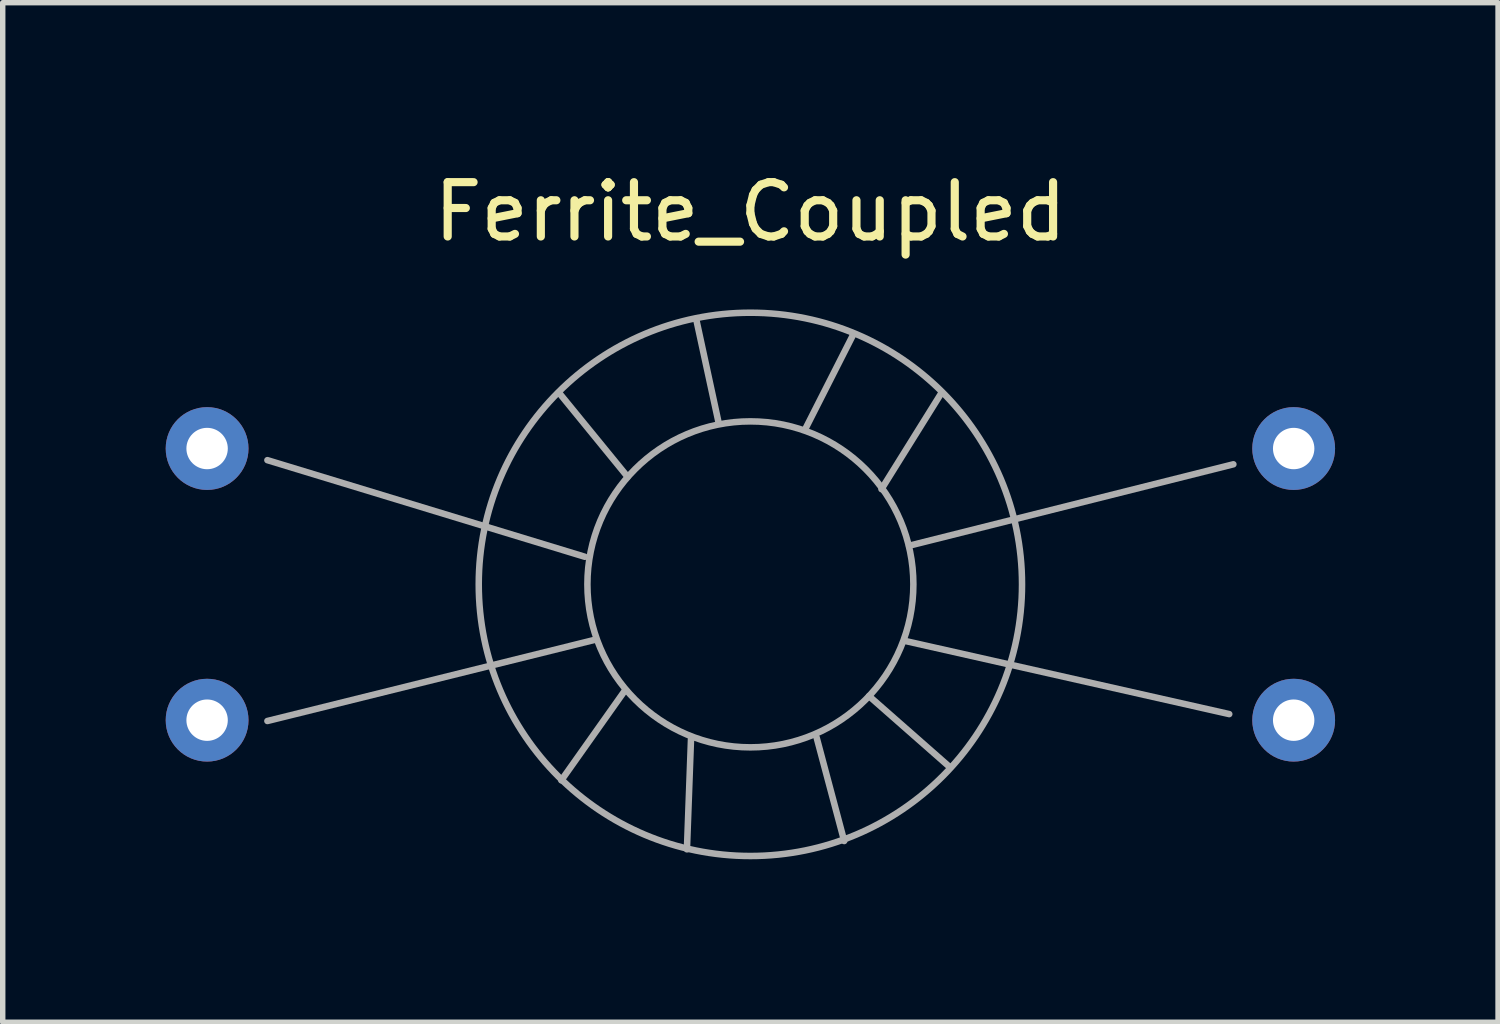
<source format=kicad_pcb>
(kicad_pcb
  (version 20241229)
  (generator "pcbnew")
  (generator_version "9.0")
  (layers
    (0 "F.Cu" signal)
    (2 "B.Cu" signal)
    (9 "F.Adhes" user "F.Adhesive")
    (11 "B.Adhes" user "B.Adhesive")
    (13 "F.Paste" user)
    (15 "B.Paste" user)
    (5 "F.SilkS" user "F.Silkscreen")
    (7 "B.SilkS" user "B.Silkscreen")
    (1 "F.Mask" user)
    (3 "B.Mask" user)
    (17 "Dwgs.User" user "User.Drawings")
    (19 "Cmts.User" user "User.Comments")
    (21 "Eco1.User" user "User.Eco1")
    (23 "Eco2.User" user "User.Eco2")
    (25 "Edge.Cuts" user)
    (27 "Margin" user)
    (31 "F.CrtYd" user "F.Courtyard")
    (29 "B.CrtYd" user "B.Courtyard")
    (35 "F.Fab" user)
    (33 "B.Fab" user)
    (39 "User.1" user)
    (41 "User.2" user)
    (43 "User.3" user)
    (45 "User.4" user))
  (footprint "Ferrite_Coupled"
    (layer "F.Cu")
    (at 10.762 7.706)
    (property "Reference" "Ferrite_Coupled" (at 0 -6.858 0) (layer "F.SilkS") (effects (font (size 1 1) (thickness 0.15))))
    (attr through_hole)
    (fp_line (start -8.89 -2.286) (end -3.048 -0.508) (stroke (width 0.12) (type solid)) (layer "F.Fab"))
    (fp_line (start -2.845 1.016) (end -8.89 2.515) (stroke (width 0.12) (type solid)) (layer "F.Fab"))
    (fp_line (start -2.311 1.956) (end -3.48 3.607) (stroke (width 0.12) (type solid)) (layer "F.Fab"))
    (fp_line (start -2.261 -1.981) (end -3.505 -3.505) (stroke (width 0.12) (type solid)) (layer "F.Fab"))
    (fp_line (start -1.092 2.819) (end -1.168 4.877) (stroke (width 0.12) (type solid)) (layer "F.Fab"))
    (fp_line (start -0.584 -2.972) (end -0.991 -4.851) (stroke (width 0.12) (type solid)) (layer "F.Fab"))
    (fp_line (start 1.016 -2.87) (end 1.88 -4.572) (stroke (width 0.12) (type solid)) (layer "F.Fab"))
    (fp_line (start 1.219 2.819) (end 1.727 4.724) (stroke (width 0.12) (type solid)) (layer "F.Fab"))
    (fp_line (start 2.184 2.057) (end 3.658 3.353) (stroke (width 0.12) (type solid)) (layer "F.Fab"))
    (fp_line (start 2.413 -1.753) (end 3.505 -3.505) (stroke (width 0.12) (type solid)) (layer "F.Fab"))
    (fp_line (start 2.845 1.041) (end 8.814 2.388) (stroke (width 0.12) (type solid)) (layer "F.Fab"))
    (fp_line (start 2.921 -0.711) (end 8.89 -2.21) (stroke (width 0.12) (type solid)) (layer "F.Fab"))
    (fp_circle (center 0 0) (end 3 0) (stroke (width 0.12) (type solid)) (fill no) (layer "F.Fab"))
    (fp_circle (center 0 0) (end 5 0) (stroke (width 0.12) (type solid)) (fill no) (layer "F.Fab"))
    (pad "1" thru_hole circle (at -10 -2.5) (size 1.524 1.524) (drill 0.762) (layers "*.Cu" "*.Mask"))
    (pad "2" thru_hole circle (at 10 -2.5) (size 1.524 1.524) (drill 0.762) (layers "*.Cu" "*.Mask"))
    (pad "3" thru_hole circle (at -10 2.5) (size 1.524 1.524) (drill 0.762) (layers "*.Cu" "*.Mask"))
    (pad "4" thru_hole circle (at 10 2.5) (size 1.524 1.524) (drill 0.762) (layers "*.Cu" "*.Mask")))
  (gr_rect
    (start -3 -3)
    (end 24.524 15.766)
    (stroke (width 0.1) (type default))
    (fill no)
    (layer "Edge.Cuts")))
</source>
